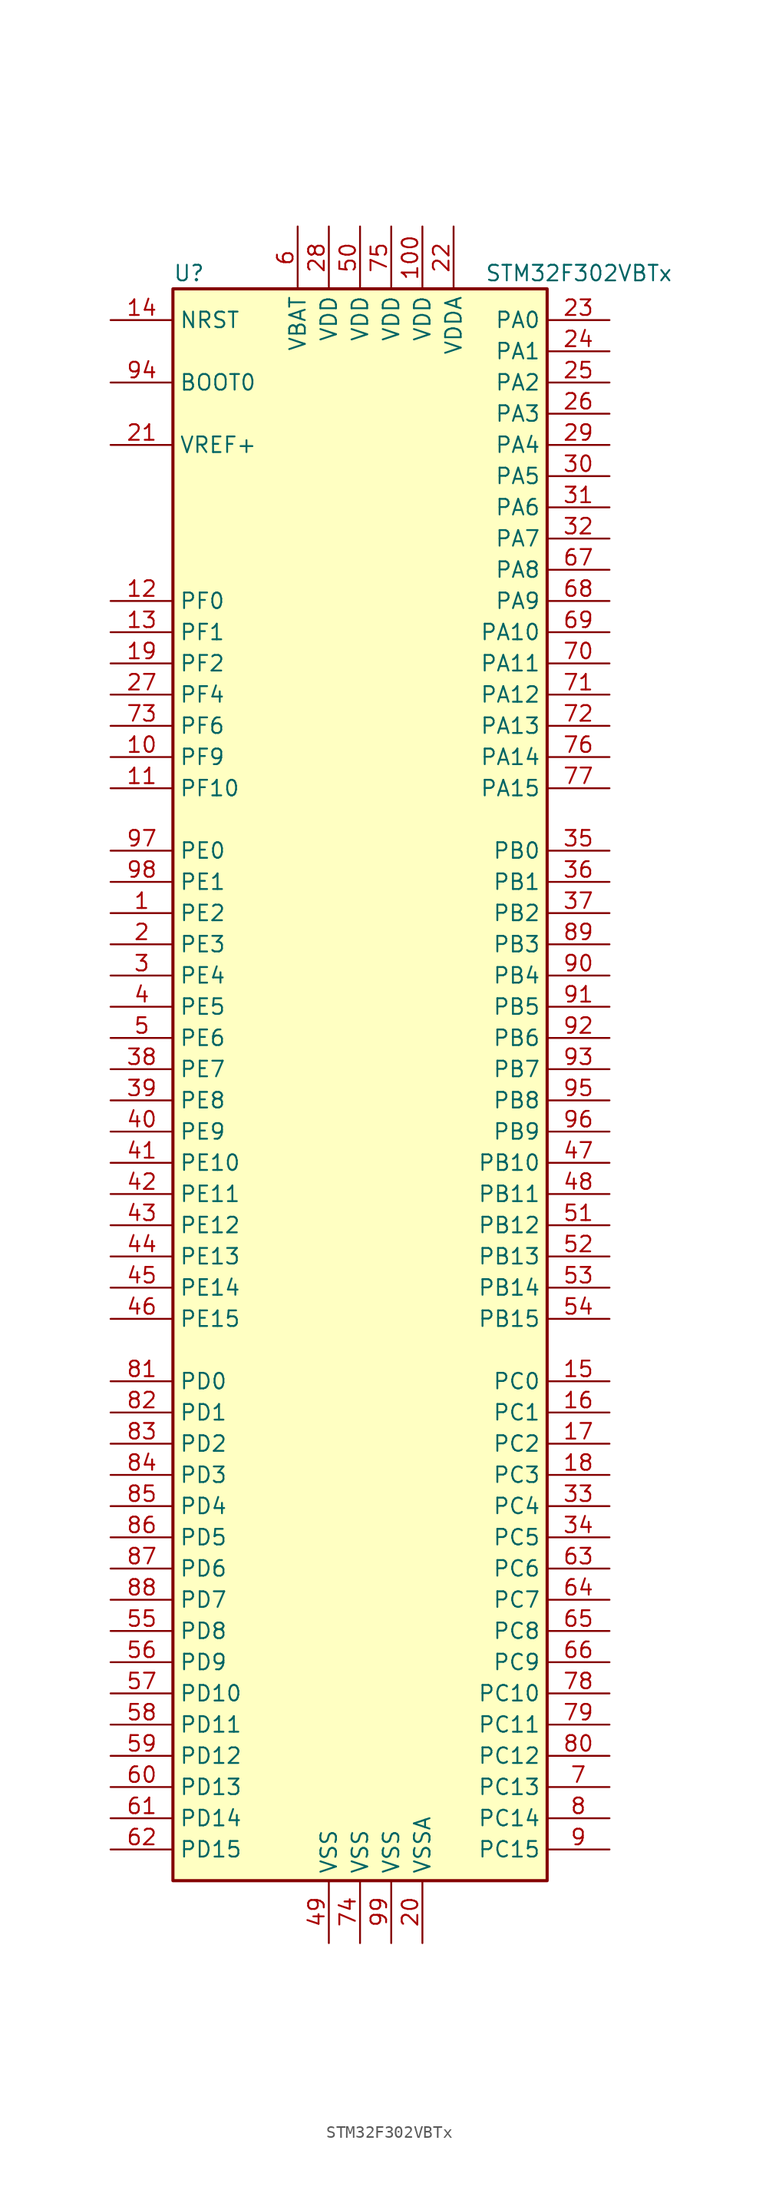
<source format=kicad_sym>
(kicad_symbol_lib
  (version 20201005)
  (generator kicad_symbol_editor)
  (symbol "STM32F302VBTx"
    (property "Reference" "U"
      (at -15.24 64.77 0)
      (effects (font (size 1.27 1.27)) (justify left)))
    (property "Value" "STM32F302VBTx"
      (at 10.16 64.77 0)
      (effects (font (size 1.27 1.27)) (justify left)))
    (symbol "STM32F302VBTx_0_1"
      (rectangle (start -15.24 -66.04) (end 15.24 63.5) (stroke (width 0.254)) (fill (type background))))
    (symbol "STM32F302VBTx_1_1"
      (pin bidirectional line (at -20.32 12.7 0) (length 5.08) (name "PE2" (effects (font (size 1.27 1.27)))) (number "1" (effects (font (size 1.27 1.27)))))
      (pin bidirectional line (at -20.32 25.4 0) (length 5.08) (name "PF9" (effects (font (size 1.27 1.27)))) (number "10" (effects (font (size 1.27 1.27)))))
      (pin power_in line (at 5.08 68.58 270) (length 5.08) (name "VDD" (effects (font (size 1.27 1.27)))) (number "100" (effects (font (size 1.27 1.27)))))
      (pin bidirectional line (at -20.32 22.86 0) (length 5.08) (name "PF10" (effects (font (size 1.27 1.27)))) (number "11" (effects (font (size 1.27 1.27)))))
      (pin input line (at -20.32 38.1 0) (length 5.08) (name "PF0" (effects (font (size 1.27 1.27)))) (number "12" (effects (font (size 1.27 1.27)))))
      (pin input line (at -20.32 35.56 0) (length 5.08) (name "PF1" (effects (font (size 1.27 1.27)))) (number "13" (effects (font (size 1.27 1.27)))))
      (pin input line (at -20.32 60.96 0) (length 5.08) (name "NRST" (effects (font (size 1.27 1.27)))) (number "14" (effects (font (size 1.27 1.27)))))
      (pin bidirectional line (at 20.32 -25.4 180) (length 5.08) (name "PC0" (effects (font (size 1.27 1.27)))) (number "15" (effects (font (size 1.27 1.27)))))
      (pin bidirectional line (at 20.32 -27.94 180) (length 5.08) (name "PC1" (effects (font (size 1.27 1.27)))) (number "16" (effects (font (size 1.27 1.27)))))
      (pin bidirectional line (at 20.32 -30.48 180) (length 5.08) (name "PC2" (effects (font (size 1.27 1.27)))) (number "17" (effects (font (size 1.27 1.27)))))
      (pin bidirectional line (at 20.32 -33.02 180) (length 5.08) (name "PC3" (effects (font (size 1.27 1.27)))) (number "18" (effects (font (size 1.27 1.27)))))
      (pin bidirectional line (at -20.32 33.02 0) (length 5.08) (name "PF2" (effects (font (size 1.27 1.27)))) (number "19" (effects (font (size 1.27 1.27)))))
      (pin bidirectional line (at -20.32 10.16 0) (length 5.08) (name "PE3" (effects (font (size 1.27 1.27)))) (number "2" (effects (font (size 1.27 1.27)))))
      (pin power_in line (at 5.08 -71.12 90) (length 5.08) (name "VSSA" (effects (font (size 1.27 1.27)))) (number "20" (effects (font (size 1.27 1.27)))))
      (pin power_in line (at -20.32 50.8 0) (length 5.08) (name "VREF+" (effects (font (size 1.27 1.27)))) (number "21" (effects (font (size 1.27 1.27)))))
      (pin power_in line (at 7.62 68.58 270) (length 5.08) (name "VDDA" (effects (font (size 1.27 1.27)))) (number "22" (effects (font (size 1.27 1.27)))))
      (pin bidirectional line (at 20.32 60.96 180) (length 5.08) (name "PA0" (effects (font (size 1.27 1.27)))) (number "23" (effects (font (size 1.27 1.27)))))
      (pin bidirectional line (at 20.32 58.42 180) (length 5.08) (name "PA1" (effects (font (size 1.27 1.27)))) (number "24" (effects (font (size 1.27 1.27)))))
      (pin bidirectional line (at 20.32 55.88 180) (length 5.08) (name "PA2" (effects (font (size 1.27 1.27)))) (number "25" (effects (font (size 1.27 1.27)))))
      (pin bidirectional line (at 20.32 53.34 180) (length 5.08) (name "PA3" (effects (font (size 1.27 1.27)))) (number "26" (effects (font (size 1.27 1.27)))))
      (pin bidirectional line (at -20.32 30.48 0) (length 5.08) (name "PF4" (effects (font (size 1.27 1.27)))) (number "27" (effects (font (size 1.27 1.27)))))
      (pin power_in line (at -2.54 68.58 270) (length 5.08) (name "VDD" (effects (font (size 1.27 1.27)))) (number "28" (effects (font (size 1.27 1.27)))))
      (pin bidirectional line (at 20.32 50.8 180) (length 5.08) (name "PA4" (effects (font (size 1.27 1.27)))) (number "29" (effects (font (size 1.27 1.27)))))
      (pin bidirectional line (at -20.32 7.62 0) (length 5.08) (name "PE4" (effects (font (size 1.27 1.27)))) (number "3" (effects (font (size 1.27 1.27)))))
      (pin bidirectional line (at 20.32 48.26 180) (length 5.08) (name "PA5" (effects (font (size 1.27 1.27)))) (number "30" (effects (font (size 1.27 1.27)))))
      (pin bidirectional line (at 20.32 45.72 180) (length 5.08) (name "PA6" (effects (font (size 1.27 1.27)))) (number "31" (effects (font (size 1.27 1.27)))))
      (pin bidirectional line (at 20.32 43.18 180) (length 5.08) (name "PA7" (effects (font (size 1.27 1.27)))) (number "32" (effects (font (size 1.27 1.27)))))
      (pin bidirectional line (at 20.32 -35.56 180) (length 5.08) (name "PC4" (effects (font (size 1.27 1.27)))) (number "33" (effects (font (size 1.27 1.27)))))
      (pin bidirectional line (at 20.32 -38.1 180) (length 5.08) (name "PC5" (effects (font (size 1.27 1.27)))) (number "34" (effects (font (size 1.27 1.27)))))
      (pin bidirectional line (at 20.32 17.78 180) (length 5.08) (name "PB0" (effects (font (size 1.27 1.27)))) (number "35" (effects (font (size 1.27 1.27)))))
      (pin bidirectional line (at 20.32 15.24 180) (length 5.08) (name "PB1" (effects (font (size 1.27 1.27)))) (number "36" (effects (font (size 1.27 1.27)))))
      (pin bidirectional line (at 20.32 12.7 180) (length 5.08) (name "PB2" (effects (font (size 1.27 1.27)))) (number "37" (effects (font (size 1.27 1.27)))))
      (pin bidirectional line (at -20.32 0 0) (length 5.08) (name "PE7" (effects (font (size 1.27 1.27)))) (number "38" (effects (font (size 1.27 1.27)))))
      (pin bidirectional line (at -20.32 -2.54 0) (length 5.08) (name "PE8" (effects (font (size 1.27 1.27)))) (number "39" (effects (font (size 1.27 1.27)))))
      (pin bidirectional line (at -20.32 5.08 0) (length 5.08) (name "PE5" (effects (font (size 1.27 1.27)))) (number "4" (effects (font (size 1.27 1.27)))))
      (pin bidirectional line (at -20.32 -5.08 0) (length 5.08) (name "PE9" (effects (font (size 1.27 1.27)))) (number "40" (effects (font (size 1.27 1.27)))))
      (pin bidirectional line (at -20.32 -7.62 0) (length 5.08) (name "PE10" (effects (font (size 1.27 1.27)))) (number "41" (effects (font (size 1.27 1.27)))))
      (pin bidirectional line (at -20.32 -10.16 0) (length 5.08) (name "PE11" (effects (font (size 1.27 1.27)))) (number "42" (effects (font (size 1.27 1.27)))))
      (pin bidirectional line (at -20.32 -12.7 0) (length 5.08) (name "PE12" (effects (font (size 1.27 1.27)))) (number "43" (effects (font (size 1.27 1.27)))))
      (pin bidirectional line (at -20.32 -15.24 0) (length 5.08) (name "PE13" (effects (font (size 1.27 1.27)))) (number "44" (effects (font (size 1.27 1.27)))))
      (pin bidirectional line (at -20.32 -17.78 0) (length 5.08) (name "PE14" (effects (font (size 1.27 1.27)))) (number "45" (effects (font (size 1.27 1.27)))))
      (pin bidirectional line (at -20.32 -20.32 0) (length 5.08) (name "PE15" (effects (font (size 1.27 1.27)))) (number "46" (effects (font (size 1.27 1.27)))))
      (pin bidirectional line (at 20.32 -7.62 180) (length 5.08) (name "PB10" (effects (font (size 1.27 1.27)))) (number "47" (effects (font (size 1.27 1.27)))))
      (pin bidirectional line (at 20.32 -10.16 180) (length 5.08) (name "PB11" (effects (font (size 1.27 1.27)))) (number "48" (effects (font (size 1.27 1.27)))))
      (pin power_in line (at -2.54 -71.12 90) (length 5.08) (name "VSS" (effects (font (size 1.27 1.27)))) (number "49" (effects (font (size 1.27 1.27)))))
      (pin bidirectional line (at -20.32 2.54 0) (length 5.08) (name "PE6" (effects (font (size 1.27 1.27)))) (number "5" (effects (font (size 1.27 1.27)))))
      (pin power_in line (at 0 68.58 270) (length 5.08) (name "VDD" (effects (font (size 1.27 1.27)))) (number "50" (effects (font (size 1.27 1.27)))))
      (pin bidirectional line (at 20.32 -12.7 180) (length 5.08) (name "PB12" (effects (font (size 1.27 1.27)))) (number "51" (effects (font (size 1.27 1.27)))))
      (pin bidirectional line (at 20.32 -15.24 180) (length 5.08) (name "PB13" (effects (font (size 1.27 1.27)))) (number "52" (effects (font (size 1.27 1.27)))))
      (pin bidirectional line (at 20.32 -17.78 180) (length 5.08) (name "PB14" (effects (font (size 1.27 1.27)))) (number "53" (effects (font (size 1.27 1.27)))))
      (pin bidirectional line (at 20.32 -20.32 180) (length 5.08) (name "PB15" (effects (font (size 1.27 1.27)))) (number "54" (effects (font (size 1.27 1.27)))))
      (pin bidirectional line (at -20.32 -45.72 0) (length 5.08) (name "PD8" (effects (font (size 1.27 1.27)))) (number "55" (effects (font (size 1.27 1.27)))))
      (pin bidirectional line (at -20.32 -48.26 0) (length 5.08) (name "PD9" (effects (font (size 1.27 1.27)))) (number "56" (effects (font (size 1.27 1.27)))))
      (pin bidirectional line (at -20.32 -50.8 0) (length 5.08) (name "PD10" (effects (font (size 1.27 1.27)))) (number "57" (effects (font (size 1.27 1.27)))))
      (pin bidirectional line (at -20.32 -53.34 0) (length 5.08) (name "PD11" (effects (font (size 1.27 1.27)))) (number "58" (effects (font (size 1.27 1.27)))))
      (pin bidirectional line (at -20.32 -55.88 0) (length 5.08) (name "PD12" (effects (font (size 1.27 1.27)))) (number "59" (effects (font (size 1.27 1.27)))))
      (pin power_in line (at -5.08 68.58 270) (length 5.08) (name "VBAT" (effects (font (size 1.27 1.27)))) (number "6" (effects (font (size 1.27 1.27)))))
      (pin bidirectional line (at -20.32 -58.42 0) (length 5.08) (name "PD13" (effects (font (size 1.27 1.27)))) (number "60" (effects (font (size 1.27 1.27)))))
      (pin bidirectional line (at -20.32 -60.96 0) (length 5.08) (name "PD14" (effects (font (size 1.27 1.27)))) (number "61" (effects (font (size 1.27 1.27)))))
      (pin bidirectional line (at -20.32 -63.5 0) (length 5.08) (name "PD15" (effects (font (size 1.27 1.27)))) (number "62" (effects (font (size 1.27 1.27)))))
      (pin bidirectional line (at 20.32 -40.64 180) (length 5.08) (name "PC6" (effects (font (size 1.27 1.27)))) (number "63" (effects (font (size 1.27 1.27)))))
      (pin bidirectional line (at 20.32 -43.18 180) (length 5.08) (name "PC7" (effects (font (size 1.27 1.27)))) (number "64" (effects (font (size 1.27 1.27)))))
      (pin bidirectional line (at 20.32 -45.72 180) (length 5.08) (name "PC8" (effects (font (size 1.27 1.27)))) (number "65" (effects (font (size 1.27 1.27)))))
      (pin bidirectional line (at 20.32 -48.26 180) (length 5.08) (name "PC9" (effects (font (size 1.27 1.27)))) (number "66" (effects (font (size 1.27 1.27)))))
      (pin bidirectional line (at 20.32 40.64 180) (length 5.08) (name "PA8" (effects (font (size 1.27 1.27)))) (number "67" (effects (font (size 1.27 1.27)))))
      (pin bidirectional line (at 20.32 38.1 180) (length 5.08) (name "PA9" (effects (font (size 1.27 1.27)))) (number "68" (effects (font (size 1.27 1.27)))))
      (pin bidirectional line (at 20.32 35.56 180) (length 5.08) (name "PA10" (effects (font (size 1.27 1.27)))) (number "69" (effects (font (size 1.27 1.27)))))
      (pin bidirectional line (at 20.32 -58.42 180) (length 5.08) (name "PC13" (effects (font (size 1.27 1.27)))) (number "7" (effects (font (size 1.27 1.27)))))
      (pin bidirectional line (at 20.32 33.02 180) (length 5.08) (name "PA11" (effects (font (size 1.27 1.27)))) (number "70" (effects (font (size 1.27 1.27)))))
      (pin bidirectional line (at 20.32 30.48 180) (length 5.08) (name "PA12" (effects (font (size 1.27 1.27)))) (number "71" (effects (font (size 1.27 1.27)))))
      (pin bidirectional line (at 20.32 27.94 180) (length 5.08) (name "PA13" (effects (font (size 1.27 1.27)))) (number "72" (effects (font (size 1.27 1.27)))))
      (pin bidirectional line (at -20.32 27.94 0) (length 5.08) (name "PF6" (effects (font (size 1.27 1.27)))) (number "73" (effects (font (size 1.27 1.27)))))
      (pin power_in line (at 0 -71.12 90) (length 5.08) (name "VSS" (effects (font (size 1.27 1.27)))) (number "74" (effects (font (size 1.27 1.27)))))
      (pin power_in line (at 2.54 68.58 270) (length 5.08) (name "VDD" (effects (font (size 1.27 1.27)))) (number "75" (effects (font (size 1.27 1.27)))))
      (pin bidirectional line (at 20.32 25.4 180) (length 5.08) (name "PA14" (effects (font (size 1.27 1.27)))) (number "76" (effects (font (size 1.27 1.27)))))
      (pin bidirectional line (at 20.32 22.86 180) (length 5.08) (name "PA15" (effects (font (size 1.27 1.27)))) (number "77" (effects (font (size 1.27 1.27)))))
      (pin bidirectional line (at 20.32 -50.8 180) (length 5.08) (name "PC10" (effects (font (size 1.27 1.27)))) (number "78" (effects (font (size 1.27 1.27)))))
      (pin bidirectional line (at 20.32 -53.34 180) (length 5.08) (name "PC11" (effects (font (size 1.27 1.27)))) (number "79" (effects (font (size 1.27 1.27)))))
      (pin bidirectional line (at 20.32 -60.96 180) (length 5.08) (name "PC14" (effects (font (size 1.27 1.27)))) (number "8" (effects (font (size 1.27 1.27)))))
      (pin bidirectional line (at 20.32 -55.88 180) (length 5.08) (name "PC12" (effects (font (size 1.27 1.27)))) (number "80" (effects (font (size 1.27 1.27)))))
      (pin bidirectional line (at -20.32 -25.4 0) (length 5.08) (name "PD0" (effects (font (size 1.27 1.27)))) (number "81" (effects (font (size 1.27 1.27)))))
      (pin bidirectional line (at -20.32 -27.94 0) (length 5.08) (name "PD1" (effects (font (size 1.27 1.27)))) (number "82" (effects (font (size 1.27 1.27)))))
      (pin bidirectional line (at -20.32 -30.48 0) (length 5.08) (name "PD2" (effects (font (size 1.27 1.27)))) (number "83" (effects (font (size 1.27 1.27)))))
      (pin bidirectional line (at -20.32 -33.02 0) (length 5.08) (name "PD3" (effects (font (size 1.27 1.27)))) (number "84" (effects (font (size 1.27 1.27)))))
      (pin bidirectional line (at -20.32 -35.56 0) (length 5.08) (name "PD4" (effects (font (size 1.27 1.27)))) (number "85" (effects (font (size 1.27 1.27)))))
      (pin bidirectional line (at -20.32 -38.1 0) (length 5.08) (name "PD5" (effects (font (size 1.27 1.27)))) (number "86" (effects (font (size 1.27 1.27)))))
      (pin bidirectional line (at -20.32 -40.64 0) (length 5.08) (name "PD6" (effects (font (size 1.27 1.27)))) (number "87" (effects (font (size 1.27 1.27)))))
      (pin bidirectional line (at -20.32 -43.18 0) (length 5.08) (name "PD7" (effects (font (size 1.27 1.27)))) (number "88" (effects (font (size 1.27 1.27)))))
      (pin bidirectional line (at 20.32 10.16 180) (length 5.08) (name "PB3" (effects (font (size 1.27 1.27)))) (number "89" (effects (font (size 1.27 1.27)))))
      (pin bidirectional line (at 20.32 -63.5 180) (length 5.08) (name "PC15" (effects (font (size 1.27 1.27)))) (number "9" (effects (font (size 1.27 1.27)))))
      (pin bidirectional line (at 20.32 7.62 180) (length 5.08) (name "PB4" (effects (font (size 1.27 1.27)))) (number "90" (effects (font (size 1.27 1.27)))))
      (pin bidirectional line (at 20.32 5.08 180) (length 5.08) (name "PB5" (effects (font (size 1.27 1.27)))) (number "91" (effects (font (size 1.27 1.27)))))
      (pin bidirectional line (at 20.32 2.54 180) (length 5.08) (name "PB6" (effects (font (size 1.27 1.27)))) (number "92" (effects (font (size 1.27 1.27)))))
      (pin bidirectional line (at 20.32 0 180) (length 5.08) (name "PB7" (effects (font (size 1.27 1.27)))) (number "93" (effects (font (size 1.27 1.27)))))
      (pin input line (at -20.32 55.88 0) (length 5.08) (name "BOOT0" (effects (font (size 1.27 1.27)))) (number "94" (effects (font (size 1.27 1.27)))))
      (pin bidirectional line (at 20.32 -2.54 180) (length 5.08) (name "PB8" (effects (font (size 1.27 1.27)))) (number "95" (effects (font (size 1.27 1.27)))))
      (pin bidirectional line (at 20.32 -5.08 180) (length 5.08) (name "PB9" (effects (font (size 1.27 1.27)))) (number "96" (effects (font (size 1.27 1.27)))))
      (pin bidirectional line (at -20.32 17.78 0) (length 5.08) (name "PE0" (effects (font (size 1.27 1.27)))) (number "97" (effects (font (size 1.27 1.27)))))
      (pin bidirectional line (at -20.32 15.24 0) (length 5.08) (name "PE1" (effects (font (size 1.27 1.27)))) (number "98" (effects (font (size 1.27 1.27)))))
      (pin power_in line (at 2.54 -71.12 90) (length 5.08) (name "VSS" (effects (font (size 1.27 1.27)))) (number "99" (effects (font (size 1.27 1.27))))))))
</source>
